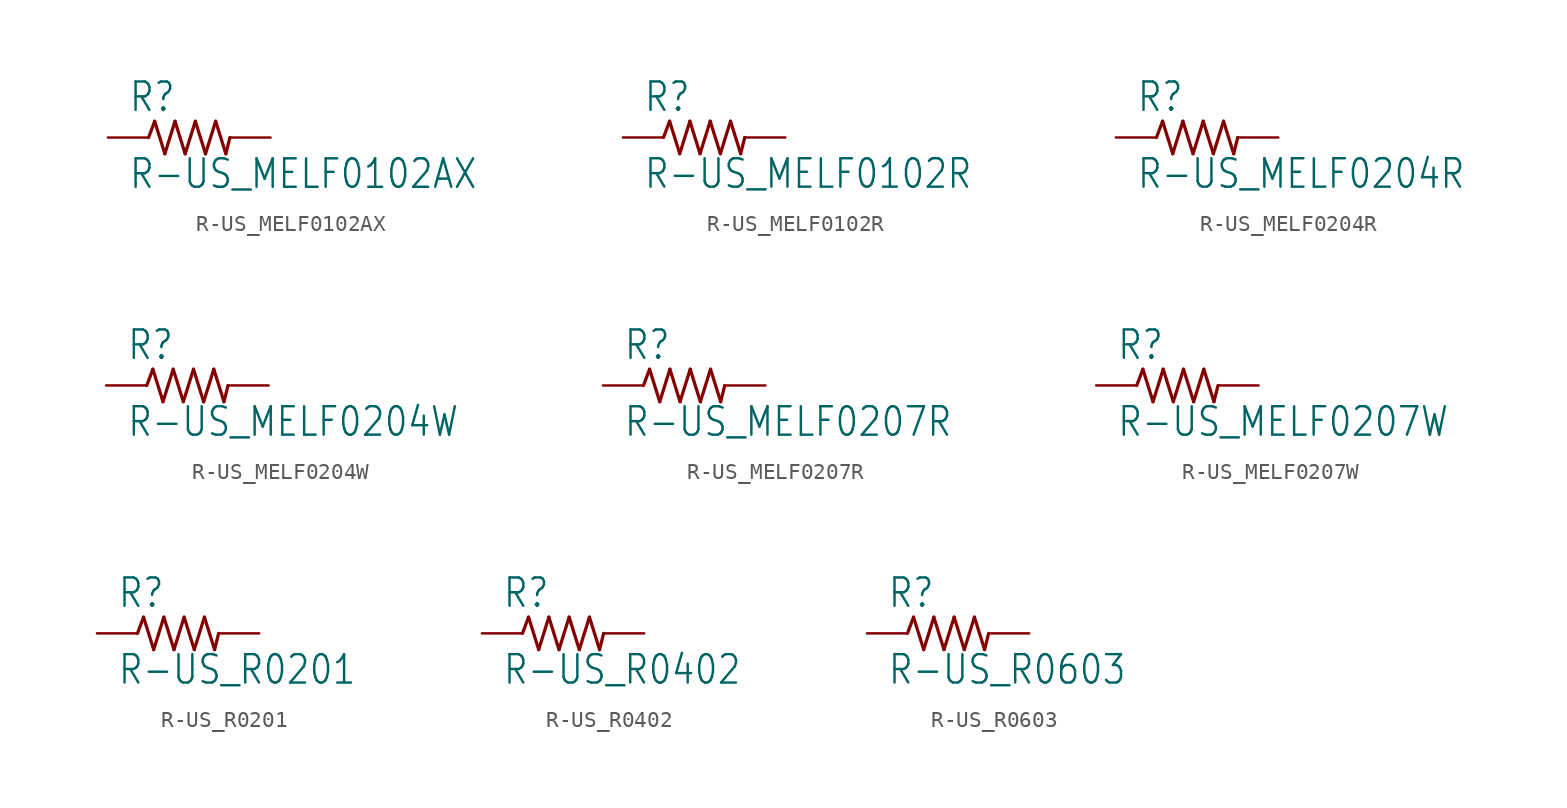
<source format=kicad_sym>
(kicad_symbol_lib
  (version 20220331)
  (generator kicad_symbol_editor)
  (symbol "R-US_MELF0102AX"
    (property "Reference" "R"
      (at -3.81 1.499 0)
      (effects (font (size 1.778 1.511)) (justify left bottom)))
    (property "Value" "R-US_MELF0102AX"
      (at -3.81 -3.302 0)
      (effects (font (size 1.778 1.511)) (justify left bottom)))
    (property "ki_locked" ""
      (at 0 0 0)
      (effects (font (size 1.27 1.27))))
    (symbol "R-US_MELF0102AX_1_0"
      (polyline (pts (xy -2.54 0) (xy -2.159 1.016)) (stroke (width 0.203) (type solid)) (fill (type none)))
      (polyline (pts (xy -2.159 1.016) (xy -1.524 -1.016)) (stroke (width 0.203) (type solid)) (fill (type none)))
      (polyline (pts (xy -1.524 -1.016) (xy -0.889 1.016)) (stroke (width 0.203) (type solid)) (fill (type none)))
      (polyline (pts (xy -0.889 1.016) (xy -0.254 -1.016)) (stroke (width 0.203) (type solid)) (fill (type none)))
      (polyline (pts (xy -0.254 -1.016) (xy 0.381 1.016)) (stroke (width 0.203) (type solid)) (fill (type none)))
      (polyline (pts (xy 0.381 1.016) (xy 1.016 -1.016)) (stroke (width 0.203) (type solid)) (fill (type none)))
      (polyline (pts (xy 1.016 -1.016) (xy 1.651 1.016)) (stroke (width 0.203) (type solid)) (fill (type none)))
      (polyline (pts (xy 1.651 1.016) (xy 2.286 -1.016)) (stroke (width 0.203) (type solid)) (fill (type none)))
      (polyline (pts (xy 2.286 -1.016) (xy 2.54 0)) (stroke (width 0.203) (type solid)) (fill (type none)))
      (pin passive line (at -5.08 0 0) (length 2.54) (name "1" (effects (font (size 0 0)))) (number "1" (effects (font (size 0 0)))))
      (pin passive line (at 5.08 0 180) (length 2.54) (name "2" (effects (font (size 0 0)))) (number "2" (effects (font (size 0 0)))))))
  (symbol "R-US_MELF0102R"
    (property "Reference" "R"
      (at -3.81 1.499 0)
      (effects (font (size 1.778 1.511)) (justify left bottom)))
    (property "Value" "R-US_MELF0102R"
      (at -3.81 -3.302 0)
      (effects (font (size 1.778 1.511)) (justify left bottom)))
    (property "ki_locked" ""
      (at 0 0 0)
      (effects (font (size 1.27 1.27))))
    (symbol "R-US_MELF0102R_1_0"
      (polyline (pts (xy -2.54 0) (xy -2.159 1.016)) (stroke (width 0.203) (type solid)) (fill (type none)))
      (polyline (pts (xy -2.159 1.016) (xy -1.524 -1.016)) (stroke (width 0.203) (type solid)) (fill (type none)))
      (polyline (pts (xy -1.524 -1.016) (xy -0.889 1.016)) (stroke (width 0.203) (type solid)) (fill (type none)))
      (polyline (pts (xy -0.889 1.016) (xy -0.254 -1.016)) (stroke (width 0.203) (type solid)) (fill (type none)))
      (polyline (pts (xy -0.254 -1.016) (xy 0.381 1.016)) (stroke (width 0.203) (type solid)) (fill (type none)))
      (polyline (pts (xy 0.381 1.016) (xy 1.016 -1.016)) (stroke (width 0.203) (type solid)) (fill (type none)))
      (polyline (pts (xy 1.016 -1.016) (xy 1.651 1.016)) (stroke (width 0.203) (type solid)) (fill (type none)))
      (polyline (pts (xy 1.651 1.016) (xy 2.286 -1.016)) (stroke (width 0.203) (type solid)) (fill (type none)))
      (polyline (pts (xy 2.286 -1.016) (xy 2.54 0)) (stroke (width 0.203) (type solid)) (fill (type none)))
      (pin passive line (at -5.08 0 0) (length 2.54) (name "1" (effects (font (size 0 0)))) (number "1" (effects (font (size 0 0)))))
      (pin passive line (at 5.08 0 180) (length 2.54) (name "2" (effects (font (size 0 0)))) (number "2" (effects (font (size 0 0)))))))
  (symbol "R-US_MELF0204R"
    (property "Reference" "R"
      (at -3.81 1.499 0)
      (effects (font (size 1.778 1.511)) (justify left bottom)))
    (property "Value" "R-US_MELF0204R"
      (at -3.81 -3.302 0)
      (effects (font (size 1.778 1.511)) (justify left bottom)))
    (property "ki_locked" ""
      (at 0 0 0)
      (effects (font (size 1.27 1.27))))
    (symbol "R-US_MELF0204R_1_0"
      (polyline (pts (xy -2.54 0) (xy -2.159 1.016)) (stroke (width 0.203) (type solid)) (fill (type none)))
      (polyline (pts (xy -2.159 1.016) (xy -1.524 -1.016)) (stroke (width 0.203) (type solid)) (fill (type none)))
      (polyline (pts (xy -1.524 -1.016) (xy -0.889 1.016)) (stroke (width 0.203) (type solid)) (fill (type none)))
      (polyline (pts (xy -0.889 1.016) (xy -0.254 -1.016)) (stroke (width 0.203) (type solid)) (fill (type none)))
      (polyline (pts (xy -0.254 -1.016) (xy 0.381 1.016)) (stroke (width 0.203) (type solid)) (fill (type none)))
      (polyline (pts (xy 0.381 1.016) (xy 1.016 -1.016)) (stroke (width 0.203) (type solid)) (fill (type none)))
      (polyline (pts (xy 1.016 -1.016) (xy 1.651 1.016)) (stroke (width 0.203) (type solid)) (fill (type none)))
      (polyline (pts (xy 1.651 1.016) (xy 2.286 -1.016)) (stroke (width 0.203) (type solid)) (fill (type none)))
      (polyline (pts (xy 2.286 -1.016) (xy 2.54 0)) (stroke (width 0.203) (type solid)) (fill (type none)))
      (pin passive line (at -5.08 0 0) (length 2.54) (name "1" (effects (font (size 0 0)))) (number "1" (effects (font (size 0 0)))))
      (pin passive line (at 5.08 0 180) (length 2.54) (name "2" (effects (font (size 0 0)))) (number "2" (effects (font (size 0 0)))))))
  (symbol "R-US_MELF0204W"
    (property "Reference" "R"
      (at -3.81 1.499 0)
      (effects (font (size 1.778 1.511)) (justify left bottom)))
    (property "Value" "R-US_MELF0204W"
      (at -3.81 -3.302 0)
      (effects (font (size 1.778 1.511)) (justify left bottom)))
    (property "ki_locked" ""
      (at 0 0 0)
      (effects (font (size 1.27 1.27))))
    (symbol "R-US_MELF0204W_1_0"
      (polyline (pts (xy -2.54 0) (xy -2.159 1.016)) (stroke (width 0.203) (type solid)) (fill (type none)))
      (polyline (pts (xy -2.159 1.016) (xy -1.524 -1.016)) (stroke (width 0.203) (type solid)) (fill (type none)))
      (polyline (pts (xy -1.524 -1.016) (xy -0.889 1.016)) (stroke (width 0.203) (type solid)) (fill (type none)))
      (polyline (pts (xy -0.889 1.016) (xy -0.254 -1.016)) (stroke (width 0.203) (type solid)) (fill (type none)))
      (polyline (pts (xy -0.254 -1.016) (xy 0.381 1.016)) (stroke (width 0.203) (type solid)) (fill (type none)))
      (polyline (pts (xy 0.381 1.016) (xy 1.016 -1.016)) (stroke (width 0.203) (type solid)) (fill (type none)))
      (polyline (pts (xy 1.016 -1.016) (xy 1.651 1.016)) (stroke (width 0.203) (type solid)) (fill (type none)))
      (polyline (pts (xy 1.651 1.016) (xy 2.286 -1.016)) (stroke (width 0.203) (type solid)) (fill (type none)))
      (polyline (pts (xy 2.286 -1.016) (xy 2.54 0)) (stroke (width 0.203) (type solid)) (fill (type none)))
      (pin passive line (at -5.08 0 0) (length 2.54) (name "1" (effects (font (size 0 0)))) (number "1" (effects (font (size 0 0)))))
      (pin passive line (at 5.08 0 180) (length 2.54) (name "2" (effects (font (size 0 0)))) (number "2" (effects (font (size 0 0)))))))
  (symbol "R-US_MELF0207R"
    (property "Reference" "R"
      (at -3.81 1.499 0)
      (effects (font (size 1.778 1.511)) (justify left bottom)))
    (property "Value" "R-US_MELF0207R"
      (at -3.81 -3.302 0)
      (effects (font (size 1.778 1.511)) (justify left bottom)))
    (property "ki_locked" ""
      (at 0 0 0)
      (effects (font (size 1.27 1.27))))
    (symbol "R-US_MELF0207R_1_0"
      (polyline (pts (xy -2.54 0) (xy -2.159 1.016)) (stroke (width 0.203) (type solid)) (fill (type none)))
      (polyline (pts (xy -2.159 1.016) (xy -1.524 -1.016)) (stroke (width 0.203) (type solid)) (fill (type none)))
      (polyline (pts (xy -1.524 -1.016) (xy -0.889 1.016)) (stroke (width 0.203) (type solid)) (fill (type none)))
      (polyline (pts (xy -0.889 1.016) (xy -0.254 -1.016)) (stroke (width 0.203) (type solid)) (fill (type none)))
      (polyline (pts (xy -0.254 -1.016) (xy 0.381 1.016)) (stroke (width 0.203) (type solid)) (fill (type none)))
      (polyline (pts (xy 0.381 1.016) (xy 1.016 -1.016)) (stroke (width 0.203) (type solid)) (fill (type none)))
      (polyline (pts (xy 1.016 -1.016) (xy 1.651 1.016)) (stroke (width 0.203) (type solid)) (fill (type none)))
      (polyline (pts (xy 1.651 1.016) (xy 2.286 -1.016)) (stroke (width 0.203) (type solid)) (fill (type none)))
      (polyline (pts (xy 2.286 -1.016) (xy 2.54 0)) (stroke (width 0.203) (type solid)) (fill (type none)))
      (pin passive line (at -5.08 0 0) (length 2.54) (name "1" (effects (font (size 0 0)))) (number "1" (effects (font (size 0 0)))))
      (pin passive line (at 5.08 0 180) (length 2.54) (name "2" (effects (font (size 0 0)))) (number "2" (effects (font (size 0 0)))))))
  (symbol "R-US_MELF0207W"
    (property "Reference" "R"
      (at -3.81 1.499 0)
      (effects (font (size 1.778 1.511)) (justify left bottom)))
    (property "Value" "R-US_MELF0207W"
      (at -3.81 -3.302 0)
      (effects (font (size 1.778 1.511)) (justify left bottom)))
    (property "ki_locked" ""
      (at 0 0 0)
      (effects (font (size 1.27 1.27))))
    (symbol "R-US_MELF0207W_1_0"
      (polyline (pts (xy -2.54 0) (xy -2.159 1.016)) (stroke (width 0.203) (type solid)) (fill (type none)))
      (polyline (pts (xy -2.159 1.016) (xy -1.524 -1.016)) (stroke (width 0.203) (type solid)) (fill (type none)))
      (polyline (pts (xy -1.524 -1.016) (xy -0.889 1.016)) (stroke (width 0.203) (type solid)) (fill (type none)))
      (polyline (pts (xy -0.889 1.016) (xy -0.254 -1.016)) (stroke (width 0.203) (type solid)) (fill (type none)))
      (polyline (pts (xy -0.254 -1.016) (xy 0.381 1.016)) (stroke (width 0.203) (type solid)) (fill (type none)))
      (polyline (pts (xy 0.381 1.016) (xy 1.016 -1.016)) (stroke (width 0.203) (type solid)) (fill (type none)))
      (polyline (pts (xy 1.016 -1.016) (xy 1.651 1.016)) (stroke (width 0.203) (type solid)) (fill (type none)))
      (polyline (pts (xy 1.651 1.016) (xy 2.286 -1.016)) (stroke (width 0.203) (type solid)) (fill (type none)))
      (polyline (pts (xy 2.286 -1.016) (xy 2.54 0)) (stroke (width 0.203) (type solid)) (fill (type none)))
      (pin passive line (at -5.08 0 0) (length 2.54) (name "1" (effects (font (size 0 0)))) (number "1" (effects (font (size 0 0)))))
      (pin passive line (at 5.08 0 180) (length 2.54) (name "2" (effects (font (size 0 0)))) (number "2" (effects (font (size 0 0)))))))
  (symbol "R-US_R0201"
    (property "Reference" "R"
      (at -3.81 1.499 0)
      (effects (font (size 1.778 1.511)) (justify left bottom)))
    (property "Value" "R-US_R0201"
      (at -3.81 -3.302 0)
      (effects (font (size 1.778 1.511)) (justify left bottom)))
    (property "ki_locked" ""
      (at 0 0 0)
      (effects (font (size 1.27 1.27))))
    (symbol "R-US_R0201_1_0"
      (polyline (pts (xy -2.54 0) (xy -2.159 1.016)) (stroke (width 0.203) (type solid)) (fill (type none)))
      (polyline (pts (xy -2.159 1.016) (xy -1.524 -1.016)) (stroke (width 0.203) (type solid)) (fill (type none)))
      (polyline (pts (xy -1.524 -1.016) (xy -0.889 1.016)) (stroke (width 0.203) (type solid)) (fill (type none)))
      (polyline (pts (xy -0.889 1.016) (xy -0.254 -1.016)) (stroke (width 0.203) (type solid)) (fill (type none)))
      (polyline (pts (xy -0.254 -1.016) (xy 0.381 1.016)) (stroke (width 0.203) (type solid)) (fill (type none)))
      (polyline (pts (xy 0.381 1.016) (xy 1.016 -1.016)) (stroke (width 0.203) (type solid)) (fill (type none)))
      (polyline (pts (xy 1.016 -1.016) (xy 1.651 1.016)) (stroke (width 0.203) (type solid)) (fill (type none)))
      (polyline (pts (xy 1.651 1.016) (xy 2.286 -1.016)) (stroke (width 0.203) (type solid)) (fill (type none)))
      (polyline (pts (xy 2.286 -1.016) (xy 2.54 0)) (stroke (width 0.203) (type solid)) (fill (type none)))
      (pin passive line (at -5.08 0 0) (length 2.54) (name "1" (effects (font (size 0 0)))) (number "1" (effects (font (size 0 0)))))
      (pin passive line (at 5.08 0 180) (length 2.54) (name "2" (effects (font (size 0 0)))) (number "2" (effects (font (size 0 0)))))))
  (symbol "R-US_R0402"
    (property "Reference" "R"
      (at -3.81 1.499 0)
      (effects (font (size 1.778 1.511)) (justify left bottom)))
    (property "Value" "R-US_R0402"
      (at -3.81 -3.302 0)
      (effects (font (size 1.778 1.511)) (justify left bottom)))
    (property "ki_locked" ""
      (at 0 0 0)
      (effects (font (size 1.27 1.27))))
    (symbol "R-US_R0402_1_0"
      (polyline (pts (xy -2.54 0) (xy -2.159 1.016)) (stroke (width 0.203) (type solid)) (fill (type none)))
      (polyline (pts (xy -2.159 1.016) (xy -1.524 -1.016)) (stroke (width 0.203) (type solid)) (fill (type none)))
      (polyline (pts (xy -1.524 -1.016) (xy -0.889 1.016)) (stroke (width 0.203) (type solid)) (fill (type none)))
      (polyline (pts (xy -0.889 1.016) (xy -0.254 -1.016)) (stroke (width 0.203) (type solid)) (fill (type none)))
      (polyline (pts (xy -0.254 -1.016) (xy 0.381 1.016)) (stroke (width 0.203) (type solid)) (fill (type none)))
      (polyline (pts (xy 0.381 1.016) (xy 1.016 -1.016)) (stroke (width 0.203) (type solid)) (fill (type none)))
      (polyline (pts (xy 1.016 -1.016) (xy 1.651 1.016)) (stroke (width 0.203) (type solid)) (fill (type none)))
      (polyline (pts (xy 1.651 1.016) (xy 2.286 -1.016)) (stroke (width 0.203) (type solid)) (fill (type none)))
      (polyline (pts (xy 2.286 -1.016) (xy 2.54 0)) (stroke (width 0.203) (type solid)) (fill (type none)))
      (pin passive line (at -5.08 0 0) (length 2.54) (name "1" (effects (font (size 0 0)))) (number "1" (effects (font (size 0 0)))))
      (pin passive line (at 5.08 0 180) (length 2.54) (name "2" (effects (font (size 0 0)))) (number "2" (effects (font (size 0 0)))))))
  (symbol "R-US_R0603"
    (property "Reference" "R"
      (at -3.81 1.499 0)
      (effects (font (size 1.778 1.511)) (justify left bottom)))
    (property "Value" "R-US_R0603"
      (at -3.81 -3.302 0)
      (effects (font (size 1.778 1.511)) (justify left bottom)))
    (property "ki_locked" ""
      (at 0 0 0)
      (effects (font (size 1.27 1.27))))
    (symbol "R-US_R0603_1_0"
      (polyline (pts (xy -2.54 0) (xy -2.159 1.016)) (stroke (width 0.203) (type solid)) (fill (type none)))
      (polyline (pts (xy -2.159 1.016) (xy -1.524 -1.016)) (stroke (width 0.203) (type solid)) (fill (type none)))
      (polyline (pts (xy -1.524 -1.016) (xy -0.889 1.016)) (stroke (width 0.203) (type solid)) (fill (type none)))
      (polyline (pts (xy -0.889 1.016) (xy -0.254 -1.016)) (stroke (width 0.203) (type solid)) (fill (type none)))
      (polyline (pts (xy -0.254 -1.016) (xy 0.381 1.016)) (stroke (width 0.203) (type solid)) (fill (type none)))
      (polyline (pts (xy 0.381 1.016) (xy 1.016 -1.016)) (stroke (width 0.203) (type solid)) (fill (type none)))
      (polyline (pts (xy 1.016 -1.016) (xy 1.651 1.016)) (stroke (width 0.203) (type solid)) (fill (type none)))
      (polyline (pts (xy 1.651 1.016) (xy 2.286 -1.016)) (stroke (width 0.203) (type solid)) (fill (type none)))
      (polyline (pts (xy 2.286 -1.016) (xy 2.54 0)) (stroke (width 0.203) (type solid)) (fill (type none)))
      (pin passive line (at -5.08 0 0) (length 2.54) (name "1" (effects (font (size 0 0)))) (number "1" (effects (font (size 0 0)))))
      (pin passive line (at 5.08 0 180) (length 2.54) (name "2" (effects (font (size 0 0)))) (number "2" (effects (font (size 0 0))))))))
</source>
